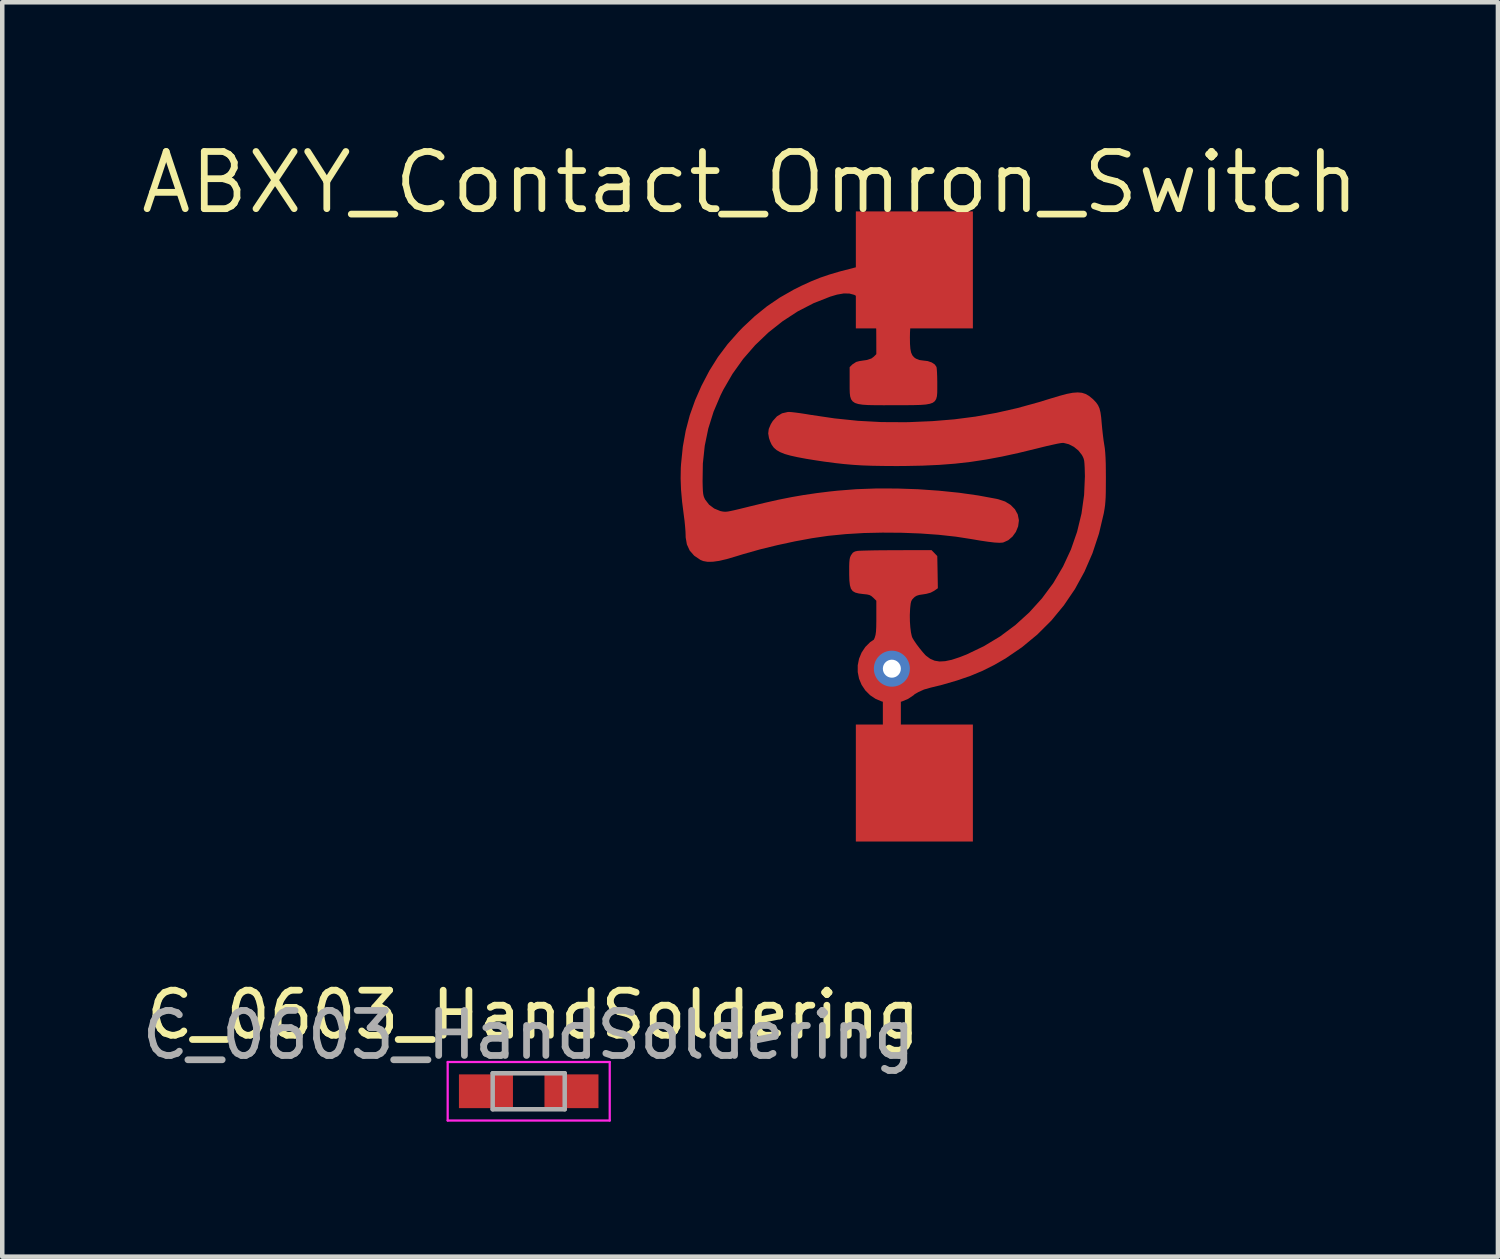
<source format=kicad_pcb>
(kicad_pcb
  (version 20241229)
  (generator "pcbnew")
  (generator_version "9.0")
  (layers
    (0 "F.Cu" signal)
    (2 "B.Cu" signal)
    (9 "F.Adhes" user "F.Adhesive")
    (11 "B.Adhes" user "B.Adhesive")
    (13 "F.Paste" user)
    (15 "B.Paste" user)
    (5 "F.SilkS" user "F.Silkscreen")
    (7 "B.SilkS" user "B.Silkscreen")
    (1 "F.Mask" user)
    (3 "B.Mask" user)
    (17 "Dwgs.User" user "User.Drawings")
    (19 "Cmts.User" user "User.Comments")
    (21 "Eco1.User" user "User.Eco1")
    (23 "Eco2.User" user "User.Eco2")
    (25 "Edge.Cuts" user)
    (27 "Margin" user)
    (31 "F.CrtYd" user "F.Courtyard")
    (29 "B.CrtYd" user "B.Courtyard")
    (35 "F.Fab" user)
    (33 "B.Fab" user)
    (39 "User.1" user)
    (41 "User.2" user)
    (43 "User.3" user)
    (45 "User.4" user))
  (footprint "ABXY_Contact_Omron_Switch"
    (layer "F.Cu")
    (at 16.764 7.506)
    (property "Reference" "ABXY_Contact_Omron_Switch" (at -3.15 -6.5 0) (layer "F.SilkS") (effects (font (size 1.27 1.27) (thickness 0.15))))
    (attr through_hole)
    (fp_rect (start -0.8 -5.86) (end 1.8 -3.26) (stroke (width 0) (type solid)) (fill yes) (layer "F.Mask"))
    (fp_rect (start -0.8 5.54) (end 1.8 8.14) (stroke (width 0) (type solid)) (fill yes) (layer "F.Mask"))
    (fp_circle (center 0 0) (end 3.5 0) (stroke (width 0.12) (type solid)) (fill yes) (layer "F.Mask"))
    (pad "1" smd custom (at 0 -4.2) (size 1.524 1.524) (layers "F.Cu" "F.Mask" "F.Paste") (options (anchor circle)) (primitives (gr_rect (start -0.8 -1.66) (end 1.8 0.94) (width 0) (fill yes)) (gr_poly (pts (xy 0.252 -0.691) (xy 0.406 -0.622) (xy 0.542 -0.517) (xy 0.562 -0.495) (xy 0.646 -0.394) (xy 0.702 -0.297) (xy 0.735 -0.19) (xy 0.749 -0.061) (xy 0.75 0.007) (xy 0.748 0.108) (xy 0.742 0.179) (xy 0.729 0.235) (xy 0.707 0.289) (xy 0.694 0.315) (xy 0.647 0.392) (xy 0.588 0.478) (xy 0.55 0.527) (xy 0.494 0.603) (xy 0.453 0.683) (xy 0.424 0.775) (xy 0.407 0.887) (xy 0.398 1.027) (xy 0.396 1.134) (xy 0.398 1.282) (xy 0.406 1.394) (xy 0.423 1.478) (xy 0.451 1.54) (xy 0.49 1.586) (xy 0.532 1.616) (xy 0.614 1.648) (xy 0.697 1.659) (xy 0.796 1.671) (xy 0.884 1.701) (xy 0.951 1.746) (xy 0.987 1.799) (xy 0.987 1.8) (xy 0.993 1.842) (xy 0.998 1.917) (xy 1.002 2.016) (xy 1.004 2.128) (xy 1.004 2.167) (xy 1.004 2.278) (xy 1.003 2.371) (xy 0.996 2.447) (xy 0.98 2.506) (xy 0.952 2.552) (xy 0.907 2.587) (xy 0.842 2.61) (xy 0.754 2.626) (xy 0.638 2.635) (xy 0.492 2.639) (xy 0.311 2.641) (xy 0.092 2.641) (xy 0.051 2.641) (xy -0.178 2.642) (xy -0.369 2.641) (xy -0.525 2.638) (xy -0.649 2.63) (xy -0.745 2.615) (xy -0.817 2.592) (xy -0.867 2.558) (xy -0.901 2.512) (xy -0.921 2.451) (xy -0.93 2.375) (xy -0.933 2.28) (xy -0.933 2.166) (xy -0.933 2.119) (xy -0.933 1.803) (xy -0.874 1.744) (xy -0.791 1.69) (xy -0.725 1.672) (xy -0.642 1.659) (xy -0.556 1.647) (xy -0.548 1.645) (xy -0.451 1.612) (xy -0.399 1.573) (xy -0.34 1.514) (xy -0.341 1.136) (xy -0.342 0.974) (xy -0.349 0.846) (xy -0.363 0.742) (xy -0.389 0.656) (xy -0.429 0.577) (xy -0.486 0.498) (xy -0.564 0.409) (xy -0.632 0.338) (xy -0.732 0.248) (xy -0.835 0.189) (xy -0.946 0.16) (xy -1.073 0.159) (xy -1.221 0.185) (xy -1.372 0.23) (xy -1.74 0.375) (xy -2.094 0.558) (xy -2.43 0.777) (xy -2.747 1.028) (xy -3.041 1.309) (xy -3.308 1.616) (xy -3.545 1.948) (xy -3.75 2.302) (xy -3.809 2.421) (xy -3.966 2.79) (xy -4.083 3.164) (xy -4.162 3.547) (xy -4.204 3.944) (xy -4.21 4.339) (xy -4.207 4.463) (xy -4.203 4.554) (xy -4.196 4.619) (xy -4.186 4.667) (xy -4.171 4.707) (xy -4.151 4.747) (xy -4.15 4.748) (xy -4.064 4.86) (xy -3.949 4.946) (xy -3.816 5.001) (xy -3.8 5.005) (xy -3.762 5.013) (xy -3.727 5.017) (xy -3.688 5.018) (xy -3.641 5.013) (xy -3.578 5.001) (xy -3.495 4.983) (xy -3.385 4.957) (xy -3.243 4.922) (xy -3.159 4.901) (xy -2.824 4.82) (xy -2.519 4.751) (xy -2.233 4.694) (xy -1.956 4.646) (xy -1.677 4.605) (xy -1.386 4.569) (xy -1.208 4.55) (xy -0.789 4.517) (xy -0.345 4.501) (xy 0.114 4.502) (xy 0.58 4.518) (xy 1.042 4.55) (xy 1.493 4.596) (xy 1.922 4.657) (xy 2.322 4.731) (xy 2.365 4.741) (xy 2.513 4.79) (xy 2.635 4.865) (xy 2.73 4.961) (xy 2.792 5.074) (xy 2.817 5.2) (xy 2.817 5.212) (xy 2.8 5.339) (xy 2.751 5.458) (xy 2.677 5.561) (xy 2.584 5.641) (xy 2.478 5.689) (xy 2.457 5.694) (xy 2.387 5.698) (xy 2.281 5.692) (xy 2.138 5.675) (xy 1.956 5.648) (xy 1.776 5.617) (xy 1.423 5.562) (xy 1.039 5.52) (xy 0.633 5.491) (xy 0.214 5.475) (xy -0.208 5.472) (xy -0.624 5.481) (xy -1.024 5.505) (xy -1.4 5.542) (xy -1.42 5.544) (xy -1.774 5.596) (xy -2.153 5.666) (xy -2.543 5.75) (xy -2.931 5.845) (xy -3.303 5.95) (xy -3.462 5.999) (xy -3.665 6.059) (xy -3.835 6.099) (xy -3.977 6.119) (xy -4.093 6.121) (xy -4.189 6.104) (xy -4.252 6.078) (xy -4.388 5.986) (xy -4.487 5.873) (xy -4.549 5.738) (xy -4.576 5.582) (xy -4.577 5.533) (xy -4.58 5.448) (xy -4.589 5.337) (xy -4.601 5.213) (xy -4.617 5.092) (xy -4.655 4.792) (xy -4.679 4.523) (xy -4.688 4.274) (xy -4.684 4.038) (xy -4.678 3.95) (xy -4.639 3.568) (xy -4.575 3.212) (xy -4.485 2.871) (xy -4.365 2.535) (xy -4.226 2.219) (xy -4.051 1.884) (xy -3.86 1.579) (xy -3.645 1.293) (xy -3.398 1.014) (xy -3.304 0.917) (xy -3.039 0.669) (xy -2.77 0.452) (xy -2.488 0.26) (xy -2.18 0.084) (xy -2.002 -0.005) (xy -1.796 -0.099) (xy -1.594 -0.181) (xy -1.383 -0.253) (xy -1.152 -0.321) (xy -0.943 -0.375) (xy -0.786 -0.416) (xy -0.665 -0.453) (xy -0.573 -0.487) (xy -0.506 -0.521) (xy -0.499 -0.526) (xy -0.386 -0.595) (xy -0.299 -0.644) (xy -0.227 -0.677) (xy -0.163 -0.698) (xy -0.095 -0.712) (xy -0.094 -0.713) (xy 0.084 -0.722) (xy 0.252 -0.691)) (width 0.01) (fill yes))))
    (pad "2" thru_hole circle (at 0 4.3) (size 0.8 0.8) (drill 0.4) (layers "*.Cu" "*.Mask"))
    (pad "2" smd custom (at 0 4.3) (size 1.524 1.524) (layers "F.Cu" "F.Mask" "F.Paste") (options (anchor circle)) (primitives (gr_line (start 0 0) (end 0 2) (width 0.4)) (gr_rect (start -0.8 1.24) (end 1.8 3.84) (width 0) (fill yes)) (gr_poly (pts (xy 4.221 -6.125) (xy 4.302 -6.099) (xy 4.377 -6.056) (xy 4.451 -5.996) (xy 4.472 -5.977) (xy 4.532 -5.914) (xy 4.576 -5.852) (xy 4.608 -5.781) (xy 4.63 -5.693) (xy 4.646 -5.578) (xy 4.656 -5.462) (xy 4.668 -5.333) (xy 4.683 -5.196) (xy 4.699 -5.069) (xy 4.713 -4.98) (xy 4.726 -4.897) (xy 4.735 -4.804) (xy 4.742 -4.694) (xy 4.747 -4.56) (xy 4.749 -4.396) (xy 4.75 -4.238) (xy 4.749 -4.063) (xy 4.748 -3.923) (xy 4.745 -3.809) (xy 4.739 -3.715) (xy 4.732 -3.633) (xy 4.721 -3.555) (xy 4.707 -3.473) (xy 4.703 -3.452) (xy 4.596 -3) (xy 4.453 -2.568) (xy 4.275 -2.158) (xy 4.063 -1.771) (xy 3.817 -1.409) (xy 3.539 -1.072) (xy 3.228 -0.762) (xy 2.887 -0.48) (xy 2.525 -0.233) (xy 2.272 -0.087) (xy 2.014 0.042) (xy 1.741 0.156) (xy 1.447 0.257) (xy 1.125 0.351) (xy 0.858 0.417) (xy 0.713 0.458) (xy 0.587 0.515) (xy 0.516 0.556) (xy 0.435 0.605) (xy 0.359 0.647) (xy 0.301 0.677) (xy 0.292 0.681) (xy 0.186 0.71) (xy 0.062 0.723) (xy -0.061 0.719) (xy -0.088 0.715) (xy -0.231 0.671) (xy -0.369 0.593) (xy -0.491 0.489) (xy -0.587 0.367) (xy -0.611 0.322) (xy -0.664 0.173) (xy -0.683 0.008) (xy -0.676 -0.109) (xy -0.658 -0.205) (xy -0.63 -0.287) (xy -0.587 -0.369) (xy -0.52 -0.464) (xy -0.496 -0.496) (xy -0.443 -0.566) (xy -0.404 -0.626) (xy -0.377 -0.684) (xy -0.358 -0.749) (xy -0.347 -0.829) (xy -0.342 -0.931) (xy -0.34 -1.063) (xy -0.34 -1.139) (xy -0.34 -1.512) (xy -0.409 -1.58) (xy -0.451 -1.617) (xy -0.493 -1.64) (xy -0.55 -1.654) (xy -0.633 -1.663) (xy -0.735 -1.676) (xy -0.812 -1.696) (xy -0.867 -1.728) (xy -0.905 -1.78) (xy -0.927 -1.855) (xy -0.939 -1.959) (xy -0.943 -2.098) (xy -0.943 -2.153) (xy -0.943 -2.275) (xy -0.94 -2.362) (xy -0.934 -2.424) (xy -0.925 -2.469) (xy -0.91 -2.505) (xy -0.9 -2.523) (xy -0.863 -2.574) (xy -0.817 -2.6) (xy -0.762 -2.612) (xy -0.72 -2.615) (xy -0.64 -2.618) (xy -0.529 -2.621) (xy -0.392 -2.624) (xy -0.235 -2.626) (xy -0.063 -2.627) (xy 0.106 -2.628) (xy 0.88 -2.629) (xy 0.942 -2.565) (xy 1.004 -2.5) (xy 1.011 -2.145) (xy 1.017 -1.79) (xy 0.935 -1.733) (xy 0.861 -1.694) (xy 0.766 -1.668) (xy 0.698 -1.657) (xy 0.61 -1.644) (xy 0.551 -1.626) (xy 0.507 -1.6) (xy 0.479 -1.574) (xy 0.447 -1.539) (xy 0.427 -1.503) (xy 0.414 -1.454) (xy 0.405 -1.38) (xy 0.4 -1.324) (xy 0.394 -1.189) (xy 0.396 -1.05) (xy 0.405 -0.919) (xy 0.42 -0.803) (xy 0.44 -0.714) (xy 0.454 -0.68) (xy 0.493 -0.616) (xy 0.549 -0.534) (xy 0.616 -0.446) (xy 0.682 -0.365) (xy 0.738 -0.302) (xy 0.758 -0.283) (xy 0.849 -0.216) (xy 0.948 -0.173) (xy 1.058 -0.155) (xy 1.184 -0.162) (xy 1.332 -0.193) (xy 1.505 -0.25) (xy 1.664 -0.312) (xy 2.046 -0.495) (xy 2.408 -0.713) (xy 2.745 -0.964) (xy 3.056 -1.247) (xy 3.338 -1.558) (xy 3.589 -1.897) (xy 3.597 -1.91) (xy 3.808 -2.269) (xy 3.983 -2.646) (xy 4.12 -3.04) (xy 4.218 -3.445) (xy 4.276 -3.858) (xy 4.294 -4.275) (xy 4.292 -4.346) (xy 4.289 -4.467) (xy 4.284 -4.555) (xy 4.278 -4.618) (xy 4.267 -4.664) (xy 4.251 -4.704) (xy 4.229 -4.745) (xy 4.226 -4.751) (xy 4.149 -4.849) (xy 4.048 -4.932) (xy 3.934 -4.991) (xy 3.82 -5.02) (xy 3.789 -5.021) (xy 3.746 -5.016) (xy 3.669 -5.002) (xy 3.564 -4.979) (xy 3.439 -4.951) (xy 3.301 -4.917) (xy 3.213 -4.895) (xy 2.814 -4.798) (xy 2.443 -4.717) (xy 2.09 -4.651) (xy 1.748 -4.599) (xy 1.405 -4.56) (xy 1.053 -4.533) (xy 0.682 -4.516) (xy 0.283 -4.508) (xy 0.094 -4.507) (xy -0.186 -4.509) (xy -0.433 -4.513) (xy -0.656 -4.521) (xy -0.864 -4.534) (xy -1.067 -4.552) (xy -1.273 -4.575) (xy -1.492 -4.604) (xy -1.674 -4.631) (xy -1.904 -4.668) (xy -2.095 -4.704) (xy -2.253 -4.739) (xy -2.38 -4.775) (xy -2.481 -4.816) (xy -2.559 -4.861) (xy -2.619 -4.914) (xy -2.665 -4.977) (xy -2.699 -5.05) (xy -2.725 -5.125) (xy -2.742 -5.227) (xy -2.73 -5.325) (xy -2.685 -5.43) (xy -2.642 -5.5) (xy -2.55 -5.602) (xy -2.438 -5.669) (xy -2.311 -5.698) (xy -2.282 -5.699) (xy -2.226 -5.695) (xy -2.138 -5.685) (xy -2.027 -5.67) (xy -1.903 -5.651) (xy -1.815 -5.636) (xy -1.275 -5.556) (xy -0.753 -5.502) (xy -0.234 -5.474) (xy 0.296 -5.471) (xy 0.39 -5.473) (xy 0.904 -5.495) (xy 1.39 -5.535) (xy 1.86 -5.596) (xy 2.322 -5.679) (xy 2.789 -5.785) (xy 3.271 -5.918) (xy 3.534 -5.999) (xy 3.727 -6.057) (xy 3.887 -6.1) (xy 4.019 -6.125) (xy 4.128 -6.133) (xy 4.221 -6.125)) (width 0.01) (fill yes))))
    (zone (net_name "") (layer "F.Cu") (hatch edge 0.508) (connect_pads) (min_thickness 0.254) (filled_areas_thickness no) (keepout (tracks not_allowed) (vias not_allowed) (pads allowed) (copperpour not_allowed) (footprints not_allowed)) (placement (enabled no)) (fill) (polygon (pts (xy 20.299 5.808) (xy 20.364 9.106) (xy 18.364 10.906) (xy 15.164 10.906) (xy 13.164 9.106) (xy 13.164 5.906) (xy 15.164 4.106) (xy 18.364 4.106)))))
  (footprint "C_0603_HandSoldering"
    (layer "F.Cu")
    (at 8.696 21.194)
    (property "Reference" "C_0603_HandSoldering" (at 0.1 -1.7 180) (layer "F.SilkS") (effects (font (size 1 1) (thickness 0.15))))
    (attr smd)
    (fp_line (start -1.8 -0.65) (end -1.8 0.65) (stroke (width 0.05) (type solid)) (layer "F.CrtYd"))
    (fp_line (start -1.8 -0.65) (end 1.8 -0.65) (stroke (width 0.05) (type solid)) (layer "F.CrtYd"))
    (fp_line (start 1.8 0.65) (end -1.8 0.65) (stroke (width 0.05) (type solid)) (layer "F.CrtYd"))
    (fp_line (start 1.8 0.65) (end 1.8 -0.65) (stroke (width 0.05) (type solid)) (layer "F.CrtYd"))
    (fp_line (start -0.8 -0.4) (end 0.8 -0.4) (stroke (width 0.1) (type solid)) (layer "F.Fab"))
    (fp_line (start -0.8 0.4) (end -0.8 -0.4) (stroke (width 0.1) (type solid)) (layer "F.Fab"))
    (fp_line (start 0.8 -0.4) (end 0.8 0.4) (stroke (width 0.1) (type solid)) (layer "F.Fab"))
    (fp_line (start 0.8 0.4) (end -0.8 0.4) (stroke (width 0.1) (type solid)) (layer "F.Fab"))
    (fp_text user "${REFERENCE}" (at 0 -1.25 180) (layer "F.Fab") (effects (font (size 1 1) (thickness 0.15))))
    (pad "1" smd rect (at -0.95 0) (size 1.2 0.75) (layers "F.Cu" "F.Mask" "F.Paste"))
    (pad "2" smd rect (at 0.95 0) (size 1.2 0.75) (layers "F.Cu" "F.Mask" "F.Paste")))
  (gr_rect
    (start -3 -3)
    (end 30.229 24.869)
    (stroke (width 0.1) (type default))
    (fill no)
    (layer "Edge.Cuts")))
</source>
